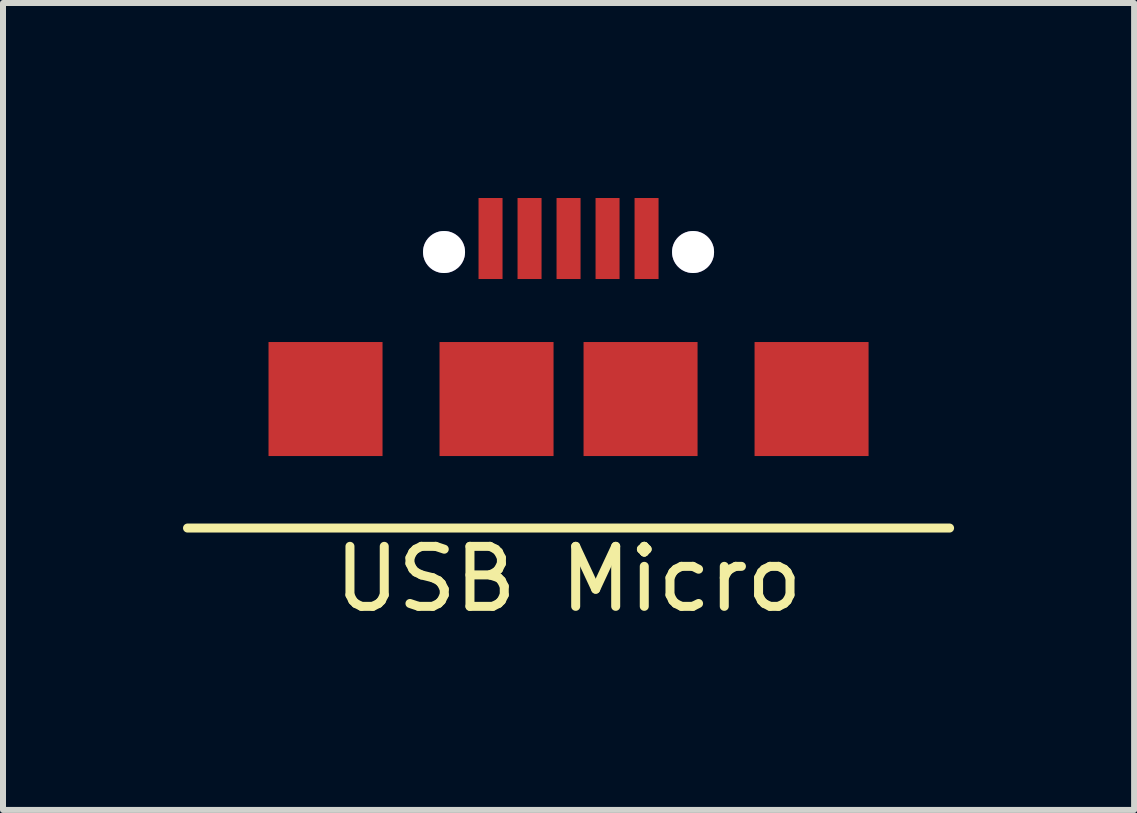
<source format=kicad_pcb>
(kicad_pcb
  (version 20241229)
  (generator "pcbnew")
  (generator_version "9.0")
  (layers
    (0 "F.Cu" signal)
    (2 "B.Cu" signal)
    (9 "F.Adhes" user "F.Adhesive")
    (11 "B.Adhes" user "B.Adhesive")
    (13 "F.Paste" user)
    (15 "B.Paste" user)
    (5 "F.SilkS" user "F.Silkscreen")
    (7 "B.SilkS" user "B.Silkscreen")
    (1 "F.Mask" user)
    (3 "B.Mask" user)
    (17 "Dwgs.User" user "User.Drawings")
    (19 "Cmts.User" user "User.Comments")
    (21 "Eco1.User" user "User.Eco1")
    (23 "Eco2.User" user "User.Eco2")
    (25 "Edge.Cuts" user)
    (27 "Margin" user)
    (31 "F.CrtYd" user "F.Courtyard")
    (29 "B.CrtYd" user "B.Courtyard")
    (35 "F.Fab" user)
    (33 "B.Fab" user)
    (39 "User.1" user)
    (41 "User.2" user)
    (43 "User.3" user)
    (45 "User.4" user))
  (footprint "USB Micro"
    (layer "F.Cu")
    (at 6.425 0.25)
    (property "Reference" "USB Micro" (at 0 6.35 0) (layer "F.SilkS") (effects (font (size 1 1) (thickness 0.15))))
    (attr through_hole)
    (fp_line (start -6.35 5.5) (end 6.35 5.5) (stroke (width 0.15) (type solid)) (layer "F.SilkS"))
    (pad "" thru_hole circle (at -2.075 0.9) (size 0.7 0.7) (drill 0.7) (layers "*.Cu" "*.Mask"))
    (pad "" thru_hole circle (at 2.075 0.9) (size 0.7 0.7) (drill 0.7) (layers "*.Cu" "*.Mask"))
    (pad "1" smd rect (at -1.3 0.675) (size 0.4 1.35) (layers "F.Cu" "F.Mask" "F.Paste"))
    (pad "2" smd rect (at -0.65 0.675) (size 0.4 1.35) (layers "F.Cu" "F.Mask" "F.Paste"))
    (pad "3" smd rect (at 0 0.675) (size 0.4 1.35) (layers "F.Cu" "F.Mask" "F.Paste"))
    (pad "4" smd rect (at 0.65 0.675) (size 0.4 1.35) (layers "F.Cu" "F.Mask" "F.Paste"))
    (pad "5" smd rect (at 1.3 0.675) (size 0.4 1.35) (layers "F.Cu" "F.Mask" "F.Paste"))
    (pad "6" smd rect (at -4.05 3.35) (size 1.9 1.9) (layers "F.Cu" "F.Mask" "F.Paste"))
    (pad "6" smd rect (at -1.2 3.35) (size 1.9 1.9) (layers "F.Cu" "F.Mask" "F.Paste"))
    (pad "6" smd rect (at 1.2 3.35) (size 1.9 1.9) (layers "F.Cu" "F.Mask" "F.Paste"))
    (pad "6" smd rect (at 4.05 3.35) (size 1.9 1.9) (layers "F.Cu" "F.Mask" "F.Paste")))
  (gr_rect
    (start -3 -3)
    (end 15.85 10.448)
    (stroke (width 0.1) (type default))
    (fill no)
    (layer "Edge.Cuts")))
</source>
